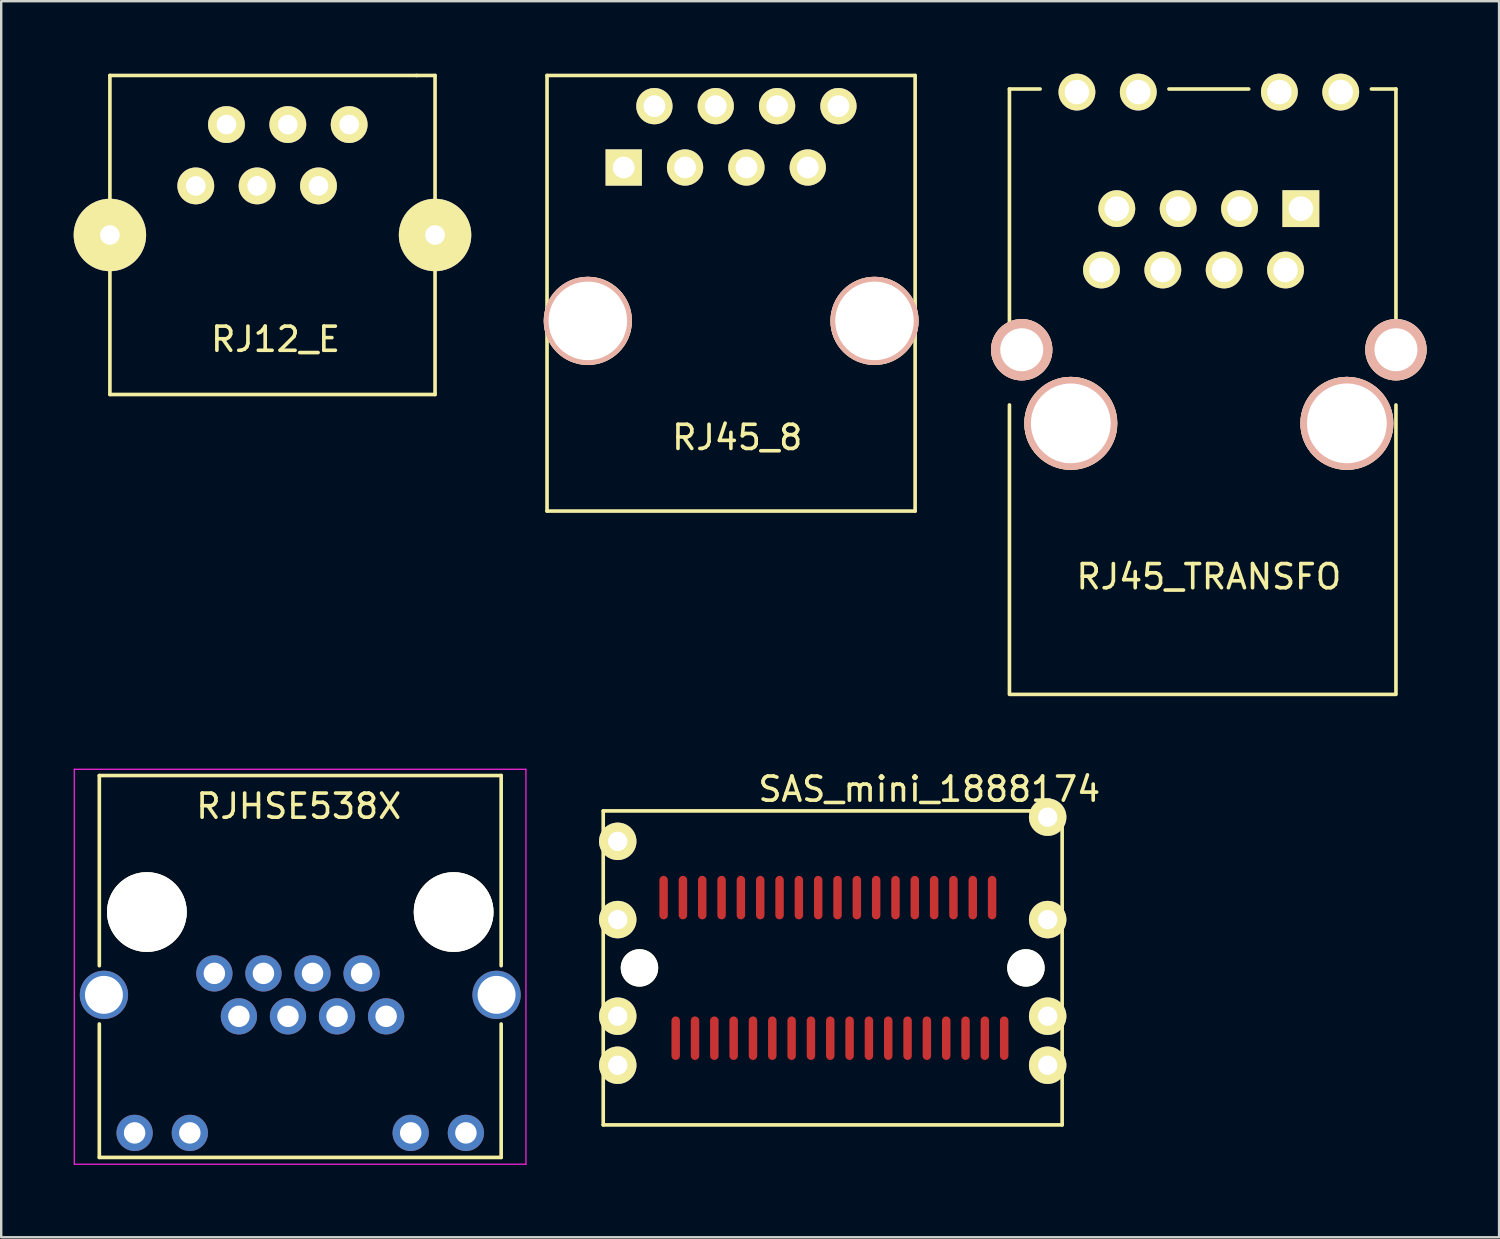
<source format=kicad_pcb>
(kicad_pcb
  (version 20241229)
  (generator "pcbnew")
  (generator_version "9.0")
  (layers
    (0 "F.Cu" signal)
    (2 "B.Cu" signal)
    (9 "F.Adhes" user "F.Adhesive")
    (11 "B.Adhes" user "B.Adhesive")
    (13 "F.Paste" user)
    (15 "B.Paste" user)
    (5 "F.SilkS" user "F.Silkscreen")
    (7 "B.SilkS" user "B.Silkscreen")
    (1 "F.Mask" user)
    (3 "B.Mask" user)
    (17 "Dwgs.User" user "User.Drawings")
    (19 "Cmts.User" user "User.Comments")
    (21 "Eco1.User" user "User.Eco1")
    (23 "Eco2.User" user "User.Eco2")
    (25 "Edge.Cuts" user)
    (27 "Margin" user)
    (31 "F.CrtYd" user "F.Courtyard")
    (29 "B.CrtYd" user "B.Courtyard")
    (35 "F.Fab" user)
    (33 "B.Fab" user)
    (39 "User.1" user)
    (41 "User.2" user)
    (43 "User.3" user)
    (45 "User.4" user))
  (footprint "RJ45_8"
    (layer "F.Cu")
    (at 27.218 10.235)
    (property "Reference" "RJ45_8" (at 0.254 4.826 0) (layer "F.SilkS") (effects (font (size 1 1) (thickness 0.15))))
    (attr through_hole)
    (fp_line (start -7.62 -10.16) (end -7.62 7.874) (stroke (width 0.15) (type solid)) (layer "F.SilkS"))
    (fp_line (start -7.62 7.874) (end 7.62 7.874) (stroke (width 0.15) (type solid)) (layer "F.SilkS"))
    (fp_line (start 7.62 -10.16) (end -7.62 -10.16) (stroke (width 0.15) (type solid)) (layer "F.SilkS"))
    (fp_line (start 7.62 7.874) (end 7.62 -10.16) (stroke (width 0.15) (type solid)) (layer "F.SilkS"))
    (pad "" np_thru_hole circle (at -5.931 0) (size 3.65 3.65) (drill 3.251) (layers "*.Cu" "*.SilkS" "*.Mask"))
    (pad "" np_thru_hole circle (at 5.939 0) (size 3.65 3.65) (drill 3.251) (layers "*.Cu" "*.SilkS" "*.Mask"))
    (pad "1" thru_hole rect (at -4.445 -6.35) (size 1.501 1.501) (drill 0.899) (layers "*.Cu" "*.Mask" "F.SilkS"))
    (pad "2" thru_hole circle (at -3.175 -8.89) (size 1.501 1.501) (drill 0.899) (layers "*.Cu" "*.Mask" "F.SilkS"))
    (pad "3" thru_hole circle (at -1.905 -6.35) (size 1.501 1.501) (drill 0.899) (layers "*.Cu" "*.Mask" "F.SilkS"))
    (pad "4" thru_hole circle (at -0.635 -8.89) (size 1.501 1.501) (drill 0.899) (layers "*.Cu" "*.Mask" "F.SilkS"))
    (pad "5" thru_hole circle (at 0.635 -6.35) (size 1.501 1.501) (drill 0.899) (layers "*.Cu" "*.Mask" "F.SilkS"))
    (pad "6" thru_hole circle (at 1.905 -8.89) (size 1.501 1.501) (drill 0.899) (layers "*.Cu" "*.Mask" "F.SilkS"))
    (pad "7" thru_hole circle (at 3.175 -6.35) (size 1.501 1.501) (drill 0.899) (layers "*.Cu" "*.Mask" "F.SilkS"))
    (pad "8" thru_hole circle (at 4.445 -8.89) (size 1.501 1.501) (drill 0.899) (layers "*.Cu" "*.Mask" "F.SilkS")))
  (footprint "RJ45_TRANSFO"
    (layer "F.Cu")
    (at 50.808 5.588)
    (property "Reference" "RJ45_TRANSFO" (at -3.81 15.24 0) (layer "F.SilkS") (effects (font (size 1 1) (thickness 0.15))))
    (attr through_hole)
    (fp_line (start -12.065 -4.953) (end -10.795 -4.953) (stroke (width 0.15) (type solid)) (layer "F.SilkS"))
    (fp_line (start -12.065 4.953) (end -12.065 -4.953) (stroke (width 0.15) (type solid)) (layer "F.SilkS"))
    (fp_line (start -12.065 20.066) (end -12.065 8.128) (stroke (width 0.15) (type solid)) (layer "F.SilkS"))
    (fp_line (start -12.065 20.112) (end 3.937 20.112) (stroke (width 0.15) (type solid)) (layer "F.SilkS"))
    (fp_line (start -5.461 -4.953) (end -2.159 -4.953) (stroke (width 0.15) (type solid)) (layer "F.SilkS"))
    (fp_line (start 3.937 -4.953) (end 2.921 -4.953) (stroke (width 0.15) (type solid)) (layer "F.SilkS"))
    (fp_line (start 3.937 4.953) (end 3.937 -4.953) (stroke (width 0.15) (type solid)) (layer "F.SilkS"))
    (fp_line (start 3.937 20.066) (end 3.937 8.128) (stroke (width 0.15) (type solid)) (layer "F.SilkS"))
    (pad "1" thru_hole rect (at 0 0) (size 1.524 1.524) (drill 1.016) (layers "*.Cu" "*.Mask" "F.SilkS"))
    (pad "2" thru_hole circle (at -0.635 2.54) (size 1.524 1.524) (drill 1.016) (layers "*.Cu" "*.Mask" "F.SilkS"))
    (pad "3" thru_hole circle (at -2.54 0) (size 1.524 1.524) (drill 1.016) (layers "*.Cu" "*.Mask" "F.SilkS"))
    (pad "4" thru_hole circle (at -3.175 2.54) (size 1.524 1.524) (drill 1.016) (layers "*.Cu" "*.Mask" "F.SilkS"))
    (pad "5" thru_hole circle (at -5.08 0) (size 1.524 1.524) (drill 1.016) (layers "*.Cu" "*.Mask" "F.SilkS"))
    (pad "6" thru_hole circle (at -5.715 2.54) (size 1.524 1.524) (drill 1.016) (layers "*.Cu" "*.Mask" "F.SilkS"))
    (pad "7" thru_hole circle (at -7.62 0) (size 1.524 1.524) (drill 1.016) (layers "*.Cu" "*.Mask" "F.SilkS"))
    (pad "8" thru_hole circle (at -8.255 2.54) (size 1.524 1.524) (drill 1.016) (layers "*.Cu" "*.Mask" "F.SilkS"))
    (pad "13" thru_hole circle (at -11.557 5.842) (size 2.54 2.54) (drill 1.778) (layers "*.Cu" "*.SilkS" "*.Mask"))
    (pad "13" thru_hole circle (at 3.937 5.842) (size 2.54 2.54) (drill 1.778) (layers "*.Cu" "*.SilkS" "*.Mask"))
    (pad "GA" thru_hole circle (at -0.889 -4.826) (size 1.524 1.524) (drill 1.016) (layers "*.Cu" "*.Mask" "F.SilkS"))
    (pad "GK" thru_hole circle (at 1.651 -4.826) (size 1.524 1.524) (drill 1.016) (layers "*.Cu" "*.Mask" "F.SilkS"))
    (pad "Hole" thru_hole circle (at -9.525 8.89) (size 3.851 3.851) (drill 3.302) (layers "*.Cu" "*.SilkS" "*.Mask"))
    (pad "Hole" thru_hole circle (at 1.905 8.89) (size 3.851 3.851) (drill 3.302) (layers "*.Cu" "*.SilkS" "*.Mask"))
    (pad "YA" thru_hole circle (at -9.271 -4.826) (size 1.524 1.524) (drill 1.016) (layers "*.Cu" "*.Mask" "F.SilkS"))
    (pad "YK" thru_hole circle (at -6.731 -4.826) (size 1.524 1.524) (drill 1.016) (layers "*.Cu" "*.Mask" "F.SilkS")))
  (footprint "RJHSE538X"
    (layer "F.Cu")
    (at 5.825 37.25)
    (property "Reference" "RJHSE538X" (at 3.493 -6.921 0) (layer "F.SilkS") (effects (font (size 1 1) (thickness 0.15))))
    (attr through_hole)
    (fp_line (start -4.763 -8.191) (end -4.763 -0.318) (stroke (width 0.15) (type solid)) (layer "F.SilkS"))
    (fp_line (start -4.763 7.62) (end -4.763 2.095) (stroke (width 0.15) (type solid)) (layer "F.SilkS"))
    (fp_line (start 11.874 -8.191) (end -4.763 -8.191) (stroke (width 0.15) (type solid)) (layer "F.SilkS"))
    (fp_line (start 11.874 -8.191) (end 11.874 -0.318) (stroke (width 0.15) (type solid)) (layer "F.SilkS"))
    (fp_line (start 11.874 7.62) (end -4.763 7.62) (stroke (width 0.15) (type solid)) (layer "F.SilkS"))
    (fp_line (start 11.874 7.62) (end 11.874 2.095) (stroke (width 0.15) (type solid)) (layer "F.SilkS"))
    (fp_line (start -5.8 -8.45) (end -5.8 7.9) (stroke (width 0.05) (type solid)) (layer "F.CrtYd"))
    (fp_line (start -5.8 7.9) (end 12.9 7.9) (stroke (width 0.05) (type solid)) (layer "F.CrtYd"))
    (fp_line (start 12.9 -8.45) (end -5.8 -8.45) (stroke (width 0.05) (type solid)) (layer "F.CrtYd"))
    (fp_line (start 12.9 7.9) (end 12.9 -8.45) (stroke (width 0.05) (type solid)) (layer "F.CrtYd"))
    (pad "" thru_hole circle (at -4.572 0.889) (size 2 2) (drill 1.57) (layers "*.Cu" "*.Mask"))
    (pad "" thru_hole circle (at -2.794 -2.54) (size 3.3 3.3) (drill 3.3) (layers "*.Cu" "*.Mask" "F.SilkS"))
    (pad "" thru_hole circle (at 9.906 -2.54) (size 3.3 3.3) (drill 3.3) (layers "*.Cu" "*.Mask" "F.SilkS"))
    (pad "" thru_hole circle (at 11.684 0.889) (size 2 2) (drill 1.57) (layers "*.Cu" "*.Mask"))
    (pad "1" thru_hole circle (at 0 0) (size 1.501 1.501) (drill 0.889) (layers "*.Cu" "*.Mask"))
    (pad "2" thru_hole circle (at 1.016 1.778) (size 1.501 1.501) (drill 0.889) (layers "*.Cu" "*.Mask"))
    (pad "3" thru_hole circle (at 2.032 0) (size 1.501 1.501) (drill 0.889) (layers "*.Cu" "*.Mask"))
    (pad "4" thru_hole circle (at 3.048 1.778) (size 1.501 1.501) (drill 0.889) (layers "*.Cu" "*.Mask"))
    (pad "5" thru_hole circle (at 4.064 0) (size 1.501 1.501) (drill 0.889) (layers "*.Cu" "*.Mask"))
    (pad "6" thru_hole circle (at 5.08 1.778) (size 1.501 1.501) (drill 0.889) (layers "*.Cu" "*.Mask"))
    (pad "7" thru_hole circle (at 6.096 0) (size 1.501 1.501) (drill 0.889) (layers "*.Cu" "*.Mask"))
    (pad "8" thru_hole circle (at 7.112 1.778) (size 1.501 1.501) (drill 0.889) (layers "*.Cu" "*.Mask"))
    (pad "9" thru_hole circle (at -3.302 6.604) (size 1.501 1.501) (drill 0.889) (layers "*.Cu" "*.Mask"))
    (pad "10" thru_hole circle (at -1.016 6.604) (size 1.501 1.501) (drill 0.889) (layers "*.Cu" "*.Mask"))
    (pad "11" thru_hole circle (at 8.128 6.604) (size 1.501 1.501) (drill 0.889) (layers "*.Cu" "*.Mask"))
    (pad "12" thru_hole circle (at 10.414 6.604) (size 1.501 1.501) (drill 0.889) (layers "*.Cu" "*.Mask")))
  (footprint "SAS_mini_1888174"
    (layer "F.Cu")
    (at 31.425 37.023)
    (property "Reference" "SAS_mini_1888174" (at 4 -7.4 0) (layer "F.SilkS") (effects (font (size 1 1) (thickness 0.15))))
    (attr through_hole)
    (fp_line (start -9.5 -6.5) (end -9.5 6.5) (stroke (width 0.15) (type solid)) (layer "F.SilkS"))
    (fp_line (start -9.5 6.5) (end 9.5 6.5) (stroke (width 0.15) (type solid)) (layer "F.SilkS"))
    (fp_line (start 9.5 -6.5) (end -9.5 -6.5) (stroke (width 0.15) (type solid)) (layer "F.SilkS"))
    (fp_line (start 9.5 6.5) (end 9.5 -6.5) (stroke (width 0.15) (type solid)) (layer "F.SilkS"))
    (pad "" np_thru_hole circle (at -8 0) (size 1.55 1.55) (drill 1.55) (layers "*.Mask" "B.Cu" "F.SilkS"))
    (pad "" np_thru_hole circle (at 8 0) (size 1.55 1.55) (drill 1.55) (layers "*.Mask" "B.Cu" "F.SilkS"))
    (pad "1" thru_hole circle (at -8.9 -5.24) (size 1.55 1.55) (drill 0.8) (layers "*.Cu" "*.Mask" "F.SilkS"))
    (pad "2" thru_hole circle (at -8.9 -2) (size 1.55 1.55) (drill 0.8) (layers "*.Cu" "*.Mask" "F.SilkS"))
    (pad "3" thru_hole circle (at -8.9 2) (size 1.55 1.55) (drill 0.8) (layers "*.Cu" "*.Mask" "F.SilkS"))
    (pad "4" thru_hole circle (at -8.9 4.03) (size 1.55 1.55) (drill 0.8) (layers "*.Cu" "*.Mask" "F.SilkS"))
    (pad "5" thru_hole circle (at 8.9 -6.24) (size 1.55 1.55) (drill 0.8) (layers "*.Cu" "*.Mask" "F.SilkS"))
    (pad "6" thru_hole circle (at 8.9 -2) (size 1.55 1.55) (drill 0.8) (layers "*.Cu" "*.Mask" "F.SilkS"))
    (pad "7" thru_hole circle (at 8.9 2) (size 1.55 1.55) (drill 0.8) (layers "*.Cu" "*.Mask" "F.SilkS"))
    (pad "8" thru_hole circle (at 8.9 4.03) (size 1.55 1.55) (drill 0.8) (layers "*.Cu" "*.Mask" "F.SilkS"))
    (pad "A1" smd oval (at -6.5 2.91) (size 0.35 1.8) (layers "F.Cu" "F.Mask" "F.Paste"))
    (pad "A2" smd oval (at -5.7 2.91) (size 0.35 1.8) (layers "F.Cu" "F.Mask" "F.Paste"))
    (pad "A3" smd oval (at -4.9 2.91) (size 0.35 1.8) (layers "F.Cu" "F.Mask" "F.Paste"))
    (pad "A4" smd oval (at -4.1 2.91) (size 0.35 1.8) (layers "F.Cu" "F.Mask" "F.Paste"))
    (pad "A5" smd oval (at -3.3 2.91) (size 0.35 1.8) (layers "F.Cu" "F.Mask" "F.Paste"))
    (pad "A6" smd oval (at -2.5 2.91) (size 0.35 1.8) (layers "F.Cu" "F.Mask" "F.Paste"))
    (pad "A7" smd oval (at -1.7 2.91) (size 0.35 1.8) (layers "F.Cu" "F.Mask" "F.Paste"))
    (pad "A8" smd oval (at -0.9 2.91) (size 0.35 1.8) (layers "F.Cu" "F.Mask" "F.Paste"))
    (pad "A9" smd oval (at -0.1 2.91) (size 0.35 1.8) (layers "F.Cu" "F.Mask" "F.Paste"))
    (pad "A10" smd oval (at 0.7 2.91) (size 0.35 1.8) (layers "F.Cu" "F.Mask" "F.Paste"))
    (pad "A11" smd oval (at 1.5 2.91) (size 0.35 1.8) (layers "F.Cu" "F.Mask" "F.Paste"))
    (pad "A12" smd oval (at 2.3 2.91) (size 0.35 1.8) (layers "F.Cu" "F.Mask" "F.Paste"))
    (pad "A13" smd oval (at 3.1 2.91) (size 0.35 1.8) (layers "F.Cu" "F.Mask" "F.Paste"))
    (pad "A14" smd oval (at 3.9 2.91) (size 0.35 1.8) (layers "F.Cu" "F.Mask" "F.Paste"))
    (pad "A15" smd oval (at 4.7 2.91) (size 0.35 1.8) (layers "F.Cu" "F.Mask" "F.Paste"))
    (pad "A16" smd oval (at 5.5 2.91) (size 0.35 1.8) (layers "F.Cu" "F.Mask" "F.Paste"))
    (pad "A17" smd oval (at 6.3 2.91) (size 0.35 1.8) (layers "F.Cu" "F.Mask" "F.Paste"))
    (pad "A18" smd oval (at 7.1 2.91) (size 0.35 1.8) (layers "F.Cu" "F.Mask" "F.Paste"))
    (pad "B1" smd oval (at -7 -2.91) (size 0.35 1.8) (layers "F.Cu" "F.Mask" "F.Paste"))
    (pad "B2" smd oval (at -6.2 -2.91) (size 0.35 1.8) (layers "F.Cu" "F.Mask" "F.Paste"))
    (pad "B3" smd oval (at -5.4 -2.91) (size 0.35 1.8) (layers "F.Cu" "F.Mask" "F.Paste"))
    (pad "B4" smd oval (at -4.6 -2.91) (size 0.35 1.8) (layers "F.Cu" "F.Mask" "F.Paste"))
    (pad "B5" smd oval (at -3.8 -2.91) (size 0.35 1.8) (layers "F.Cu" "F.Mask" "F.Paste"))
    (pad "B6" smd oval (at -3 -2.91) (size 0.35 1.8) (layers "F.Cu" "F.Mask" "F.Paste"))
    (pad "B7" smd oval (at -2.2 -2.91) (size 0.35 1.8) (layers "F.Cu" "F.Mask" "F.Paste"))
    (pad "B8" smd oval (at -1.4 -2.91) (size 0.35 1.8) (layers "F.Cu" "F.Mask" "F.Paste"))
    (pad "B9" smd oval (at -0.6 -2.91) (size 0.35 1.8) (layers "F.Cu" "F.Mask" "F.Paste"))
    (pad "B10" smd oval (at 0.2 -2.91) (size 0.35 1.8) (layers "F.Cu" "F.Mask" "F.Paste"))
    (pad "B11" smd oval (at 1 -2.91) (size 0.35 1.8) (layers "F.Cu" "F.Mask" "F.Paste"))
    (pad "B12" smd oval (at 1.8 -2.91) (size 0.35 1.8) (layers "F.Cu" "F.Mask" "F.Paste"))
    (pad "B13" smd oval (at 2.6 -2.91) (size 0.35 1.8) (layers "F.Cu" "F.Mask" "F.Paste"))
    (pad "B14" smd oval (at 3.4 -2.91) (size 0.35 1.8) (layers "F.Cu" "F.Mask" "F.Paste"))
    (pad "B15" smd oval (at 4.2 -2.91) (size 0.35 1.8) (layers "F.Cu" "F.Mask" "F.Paste"))
    (pad "B16" smd oval (at 5 -2.91) (size 0.35 1.8) (layers "F.Cu" "F.Mask" "F.Paste"))
    (pad "B17" smd oval (at 5.8 -2.91) (size 0.35 1.8) (layers "F.Cu" "F.Mask" "F.Paste"))
    (pad "B18" smd oval (at 6.6 -2.91) (size 0.35 1.8) (layers "F.Cu" "F.Mask" "F.Paste")))
  (footprint "RJ12_E"
    (layer "F.Cu")
    (at 8.358 10.997)
    (property "Reference" "RJ12_E" (at 0 0 0) (layer "F.SilkS") (effects (font (size 1 1) (thickness 0.15))))
    (attr through_hole)
    (fp_line (start -6.858 -10.922) (end -6.858 2.286) (stroke (width 0.15) (type solid)) (layer "F.SilkS"))
    (fp_line (start -6.858 -10.922) (end 5.842 -10.922) (stroke (width 0.15) (type solid)) (layer "F.SilkS"))
    (fp_line (start -6.858 2.286) (end 6.604 2.286) (stroke (width 0.15) (type solid)) (layer "F.SilkS"))
    (fp_line (start 5.842 -10.922) (end 6.604 -10.922) (stroke (width 0.15) (type solid)) (layer "F.SilkS"))
    (fp_line (start 6.604 -10.922) (end 6.604 2.286) (stroke (width 0.15) (type solid)) (layer "F.SilkS"))
    (pad "1" thru_hole circle (at -3.302 -6.35) (size 1.524 1.524) (drill 0.813) (layers "*.Cu" "*.Mask" "F.SilkS"))
    (pad "2" thru_hole circle (at -2.032 -8.89) (size 1.524 1.524) (drill 0.813) (layers "*.Cu" "*.Mask" "F.SilkS"))
    (pad "3" thru_hole circle (at -0.762 -6.35) (size 1.524 1.524) (drill 0.813) (layers "*.Cu" "*.Mask" "F.SilkS"))
    (pad "4" thru_hole circle (at 0.508 -8.89) (size 1.524 1.524) (drill 0.813) (layers "*.Cu" "*.Mask" "F.SilkS"))
    (pad "5" thru_hole circle (at 1.778 -6.35) (size 1.524 1.524) (drill 0.813) (layers "*.Cu" "*.Mask" "F.SilkS"))
    (pad "6" thru_hole circle (at 3.048 -8.89) (size 1.524 1.524) (drill 0.813) (layers "*.Cu" "*.Mask" "F.SilkS"))
    (pad "7" thru_hole circle (at -6.858 -4.318) (size 3 3) (drill 0.813) (layers "*.Cu" "*.Mask" "F.SilkS"))
    (pad "8" thru_hole circle (at 6.604 -4.318) (size 3 3) (drill 0.813) (layers "*.Cu" "*.Mask" "F.SilkS")))
  (gr_rect
    (start -3 -3)
    (end 59.015 48.175)
    (stroke (width 0.1) (type default))
    (fill no)
    (layer "Edge.Cuts")))
</source>
